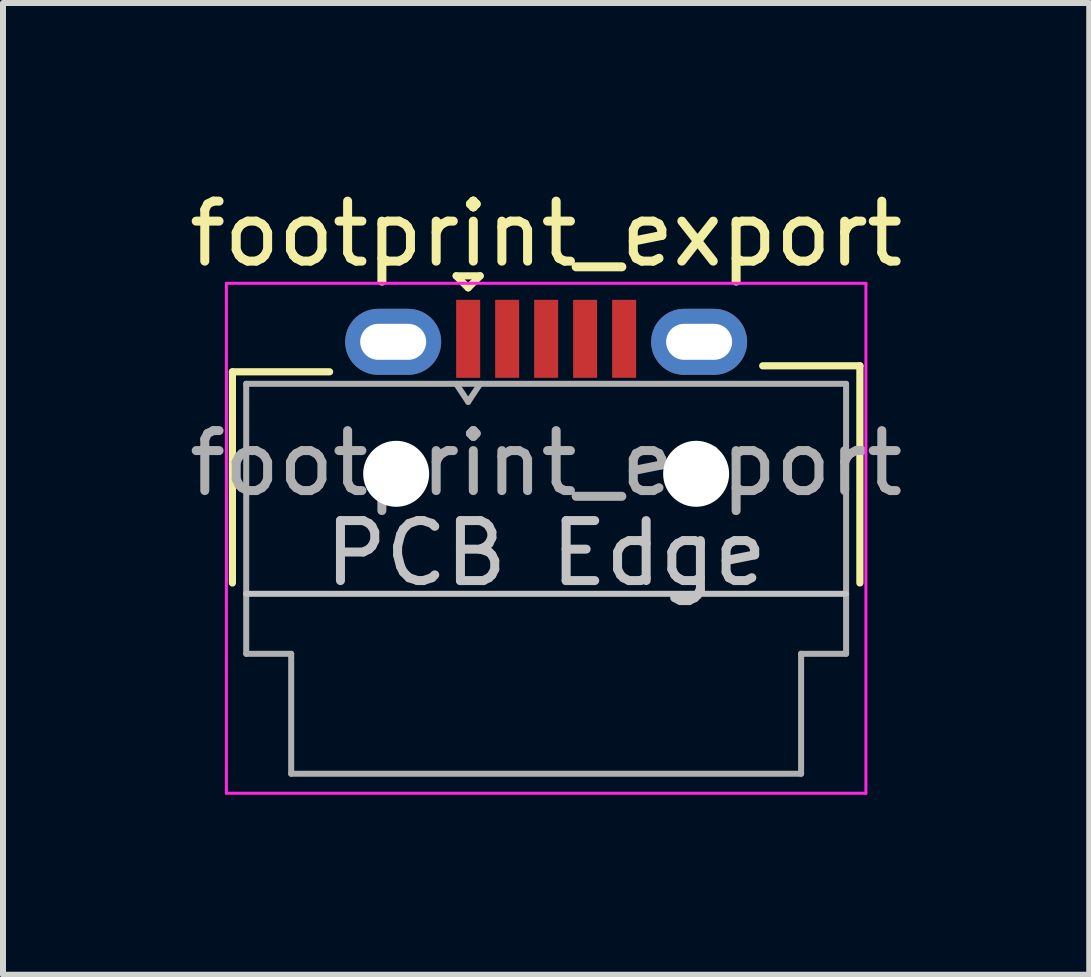
<source format=kicad_pcb>
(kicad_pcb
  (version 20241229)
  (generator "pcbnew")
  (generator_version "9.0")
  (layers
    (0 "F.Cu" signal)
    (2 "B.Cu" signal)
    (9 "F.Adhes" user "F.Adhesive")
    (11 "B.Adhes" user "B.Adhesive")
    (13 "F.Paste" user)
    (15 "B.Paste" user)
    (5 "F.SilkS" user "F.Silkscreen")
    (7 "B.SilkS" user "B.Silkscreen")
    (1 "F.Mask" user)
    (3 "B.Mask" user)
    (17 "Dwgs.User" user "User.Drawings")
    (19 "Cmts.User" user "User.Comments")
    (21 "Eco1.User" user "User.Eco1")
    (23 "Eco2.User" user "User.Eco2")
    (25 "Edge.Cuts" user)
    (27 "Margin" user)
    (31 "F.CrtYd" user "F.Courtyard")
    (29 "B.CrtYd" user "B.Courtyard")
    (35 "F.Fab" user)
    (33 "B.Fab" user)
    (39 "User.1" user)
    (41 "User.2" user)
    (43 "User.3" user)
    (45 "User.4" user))
  (footprint "footprint_export"
    (layer "F.Cu")
    (at 6.054 3.673)
    (property "Reference" "footprint_export" (at 0 -2.825 0) (layer "F.SilkS") (effects (font (size 1 1) (thickness 0.15))))
    (attr smd)
    (fp_line (start -5.23 -0.525) (end -3.61 -0.525) (stroke (width 0.12) (type solid)) (layer "F.SilkS"))
    (fp_line (start -5.23 2.995) (end -5.23 -0.525) (stroke (width 0.12) (type solid)) (layer "F.SilkS"))
    (fp_line (start -1.5 -2.125) (end -1.1 -2.125) (stroke (width 0.12) (type solid)) (layer "F.SilkS"))
    (fp_line (start -1.3 -1.925) (end -1.5 -2.125) (stroke (width 0.12) (type solid)) (layer "F.SilkS"))
    (fp_line (start -1.1 -2.125) (end -1.3 -1.925) (stroke (width 0.12) (type solid)) (layer "F.SilkS"))
    (fp_line (start 5.23 -0.625) (end 3.61 -0.625) (stroke (width 0.12) (type solid)) (layer "F.SilkS"))
    (fp_line (start 5.23 2.995) (end 5.23 -0.625) (stroke (width 0.12) (type solid)) (layer "F.SilkS"))
    (fp_line (start 5 3.175) (end -5 3.175) (stroke (width 0.1) (type solid)) (layer "Dwgs.User"))
    (fp_line (start -5.33 -2) (end 5.33 -2) (stroke (width 0.05) (type solid)) (layer "F.CrtYd"))
    (fp_line (start -5.33 6.5) (end -5.33 -2) (stroke (width 0.05) (type solid)) (layer "F.CrtYd"))
    (fp_line (start 5.33 -2) (end 5.33 6.5) (stroke (width 0.05) (type solid)) (layer "F.CrtYd"))
    (fp_line (start 5.33 6.5) (end -5.33 6.5) (stroke (width 0.05) (type solid)) (layer "F.CrtYd"))
    (fp_line (start -5 -0.325) (end 5 -0.325) (stroke (width 0.1) (type solid)) (layer "F.Fab"))
    (fp_line (start -5 3.175) (end -5 -0.325) (stroke (width 0.1) (type solid)) (layer "F.Fab"))
    (fp_line (start -5 3.175) (end -5 4.175) (stroke (width 0.1) (type solid)) (layer "F.Fab"))
    (fp_line (start -5 4.175) (end -4.25 4.175) (stroke (width 0.1) (type solid)) (layer "F.Fab"))
    (fp_line (start -4.25 4.175) (end -4.25 6.175) (stroke (width 0.1) (type solid)) (layer "F.Fab"))
    (fp_line (start -4.25 6.175) (end 4.25 6.175) (stroke (width 0.1) (type solid)) (layer "F.Fab"))
    (fp_line (start -1.5 -0.325) (end -1.3 -0.025) (stroke (width 0.1) (type solid)) (layer "F.Fab"))
    (fp_line (start -1.3 -0.025) (end -1.1 -0.325) (stroke (width 0.1) (type solid)) (layer "F.Fab"))
    (fp_line (start 4.25 4.175) (end 5 4.175) (stroke (width 0.1) (type solid)) (layer "F.Fab"))
    (fp_line (start 4.25 6.175) (end 4.25 4.175) (stroke (width 0.1) (type solid)) (layer "F.Fab"))
    (fp_line (start 5 -0.325) (end 5 3.175) (stroke (width 0.1) (type solid)) (layer "F.Fab"))
    (fp_line (start 5 4.175) (end 5 3.175) (stroke (width 0.1) (type solid)) (layer "F.Fab"))
    (fp_text user "PCB Edge" (at 0 2.5 0) (layer "Dwgs.User") (effects (font (size 1 1) (thickness 0.15))))
    (fp_text user "${REFERENCE}" (at 0 1 0) (layer "F.Fab") (effects (font (size 1 1) (thickness 0.15))))
    (pad "" np_thru_hole circle (at -2.5 1.175) (size 1.1 1.1) (drill 1.1) (layers "*.Cu" "*.Mask"))
    (pad "" np_thru_hole circle (at 2.5 1.175) (size 1.1 1.1) (drill 1.1) (layers "*.Cu" "*.Mask"))
    (pad "1" smd rect (at -1.3 -1.075) (size 0.4 1.3) (layers "F.Cu" "F.Mask" "F.Paste"))
    (pad "2" smd rect (at -0.65 -1.075) (size 0.4 1.3) (layers "F.Cu" "F.Mask" "F.Paste"))
    (pad "3" smd rect (at 0 -1.075) (size 0.4 1.3) (layers "F.Cu" "F.Mask" "F.Paste"))
    (pad "4" smd rect (at 0.65 -1.075) (size 0.4 1.3) (layers "F.Cu" "F.Mask" "F.Paste"))
    (pad "5" smd rect (at 1.3 -1.075) (size 0.4 1.3) (layers "F.Cu" "F.Mask" "F.Paste"))
    (pad "6" thru_hole oval (at -2.55 -1.025) (size 1.6 1.1) (drill oval 1.1 0.6) (layers "*.Cu" "*.Mask"))
    (pad "6" thru_hole oval (at 2.55 -1.025) (size 1.6 1.1) (drill oval 1.1 0.6) (layers "*.Cu" "*.Mask")))
  (gr_rect
    (start -3 -3)
    (end 15.107 13.198)
    (stroke (width 0.1) (type default))
    (fill no)
    (layer "Edge.Cuts")))
</source>
